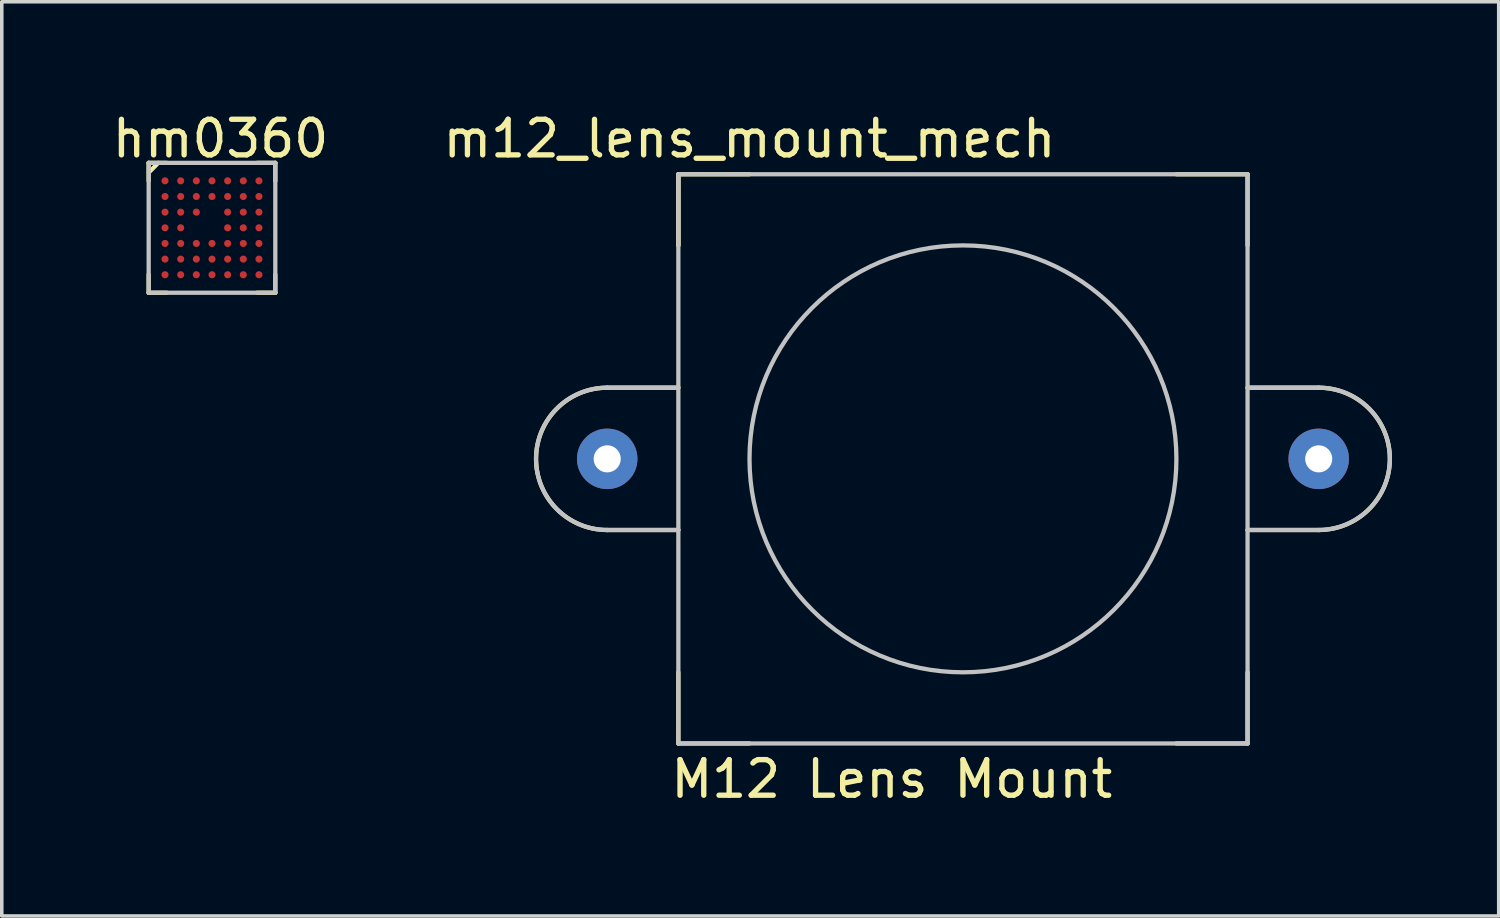
<source format=kicad_pcb>
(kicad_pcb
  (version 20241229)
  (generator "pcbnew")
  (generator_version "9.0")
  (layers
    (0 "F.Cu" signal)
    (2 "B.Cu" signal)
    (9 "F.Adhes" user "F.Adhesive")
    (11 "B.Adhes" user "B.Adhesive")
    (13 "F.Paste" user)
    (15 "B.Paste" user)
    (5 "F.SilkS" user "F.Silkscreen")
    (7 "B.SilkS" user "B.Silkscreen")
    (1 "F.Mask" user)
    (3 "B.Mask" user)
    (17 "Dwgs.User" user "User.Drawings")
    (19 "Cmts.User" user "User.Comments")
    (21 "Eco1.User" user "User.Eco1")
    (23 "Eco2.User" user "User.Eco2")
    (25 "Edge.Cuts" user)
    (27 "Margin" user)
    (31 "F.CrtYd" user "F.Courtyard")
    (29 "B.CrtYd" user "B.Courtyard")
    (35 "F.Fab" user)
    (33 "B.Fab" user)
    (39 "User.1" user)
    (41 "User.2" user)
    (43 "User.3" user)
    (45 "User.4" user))
  (footprint "hm0360"
    (layer "F.Cu")
    (at 2.909 3.353)
    (property "Reference" "hm0360" (at 0.24 -2.505 0) (unlocked yes) (layer "F.SilkS") (effects (font (size 1 1) (thickness 0.15))))
    (attr smd)
    (fp_line (start -1.78 -1.825) (end -1.78 -1.315) (stroke (width 0.12) (type solid)) (layer "F.SilkS"))
    (fp_line (start -1.78 -1.825) (end -1.27 -1.825) (stroke (width 0.12) (type solid)) (layer "F.SilkS"))
    (fp_line (start -1.78 1.825) (end -1.78 1.315) (stroke (width 0.12) (type solid)) (layer "F.SilkS"))
    (fp_line (start -1.78 1.825) (end -1.27 1.825) (stroke (width 0.12) (type solid)) (layer "F.SilkS"))
    (fp_line (start -1.775 -1.555) (end -1.51 -1.825) (stroke (width 0.12) (type solid)) (layer "F.SilkS"))
    (fp_line (start 1.78 -1.825) (end 1.27 -1.825) (stroke (width 0.12) (type solid)) (layer "F.SilkS"))
    (fp_line (start 1.78 -1.825) (end 1.78 -1.315) (stroke (width 0.12) (type solid)) (layer "F.SilkS"))
    (fp_line (start 1.78 1.825) (end 1.27 1.825) (stroke (width 0.12) (type solid)) (layer "F.SilkS"))
    (fp_line (start 1.78 1.825) (end 1.78 1.315) (stroke (width 0.12) (type solid)) (layer "F.SilkS"))
    (fp_line (start -1.78 -1.825) (end 1.78 -1.825) (stroke (width 0.12) (type solid)) (layer "Dwgs.User"))
    (fp_line (start -1.78 1.825) (end -1.78 -1.825) (stroke (width 0.12) (type solid)) (layer "Dwgs.User"))
    (fp_line (start 1.78 -1.825) (end 1.78 1.825) (stroke (width 0.12) (type solid)) (layer "Dwgs.User"))
    (fp_line (start 1.78 1.825) (end -1.78 1.825) (stroke (width 0.12) (type solid)) (layer "Dwgs.User"))
    (pad "A1" smd circle (at -1.32 -1.32) (size 0.2 0.2) (layers "F.Cu" "F.Mask" "F.Paste"))
    (pad "A2" smd circle (at -0.88 -1.32) (size 0.2 0.2) (layers "F.Cu" "F.Mask" "F.Paste"))
    (pad "A3" smd circle (at -0.44 -1.32) (size 0.2 0.2) (layers "F.Cu" "F.Mask" "F.Paste"))
    (pad "A4" smd circle (at 0 -1.32) (size 0.2 0.2) (layers "F.Cu" "F.Mask" "F.Paste"))
    (pad "A5" smd circle (at 0.44 -1.32) (size 0.2 0.2) (layers "F.Cu" "F.Mask" "F.Paste"))
    (pad "A6" smd circle (at 0.88 -1.32) (size 0.2 0.2) (layers "F.Cu" "F.Mask" "F.Paste"))
    (pad "A7" smd circle (at 1.32 -1.32) (size 0.2 0.2) (layers "F.Cu" "F.Mask" "F.Paste"))
    (pad "B1" smd circle (at -1.32 -0.88) (size 0.2 0.2) (layers "F.Cu" "F.Mask" "F.Paste"))
    (pad "B2" smd circle (at -0.88 -0.88) (size 0.2 0.2) (layers "F.Cu" "F.Mask" "F.Paste"))
    (pad "B3" smd circle (at -0.44 -0.88) (size 0.2 0.2) (layers "F.Cu" "F.Mask" "F.Paste"))
    (pad "B4" smd circle (at 0 -0.88) (size 0.2 0.2) (layers "F.Cu" "F.Mask" "F.Paste"))
    (pad "B5" smd circle (at 0.44 -0.88) (size 0.2 0.2) (layers "F.Cu" "F.Mask" "F.Paste"))
    (pad "B6" smd circle (at 0.88 -0.88) (size 0.2 0.2) (layers "F.Cu" "F.Mask" "F.Paste"))
    (pad "B7" smd circle (at 1.32 -0.88) (size 0.2 0.2) (layers "F.Cu" "F.Mask" "F.Paste"))
    (pad "C1" smd circle (at -1.32 -0.44) (size 0.2 0.2) (layers "F.Cu" "F.Mask" "F.Paste"))
    (pad "C2" smd circle (at -0.88 -0.44) (size 0.2 0.2) (layers "F.Cu" "F.Mask" "F.Paste"))
    (pad "C3" smd circle (at -0.44 -0.44) (size 0.2 0.2) (layers "F.Cu" "F.Mask" "F.Paste"))
    (pad "C5" smd circle (at 0.44 -0.44) (size 0.2 0.2) (layers "F.Cu" "F.Mask" "F.Paste"))
    (pad "C6" smd circle (at 0.88 -0.44) (size 0.2 0.2) (layers "F.Cu" "F.Mask" "F.Paste"))
    (pad "C7" smd circle (at 1.32 -0.44) (size 0.2 0.2) (layers "F.Cu" "F.Mask" "F.Paste"))
    (pad "D1" smd circle (at -1.32 0) (size 0.2 0.2) (layers "F.Cu" "F.Mask" "F.Paste"))
    (pad "D2" smd circle (at -0.88 0) (size 0.2 0.2) (layers "F.Cu" "F.Mask" "F.Paste"))
    (pad "D5" smd circle (at 0.44 0) (size 0.2 0.2) (layers "F.Cu" "F.Mask" "F.Paste"))
    (pad "D6" smd circle (at 0.88 0) (size 0.2 0.2) (layers "F.Cu" "F.Mask" "F.Paste"))
    (pad "D7" smd circle (at 1.32 0) (size 0.2 0.2) (layers "F.Cu" "F.Mask" "F.Paste"))
    (pad "E1" smd circle (at -1.32 0.44) (size 0.2 0.2) (layers "F.Cu" "F.Mask" "F.Paste"))
    (pad "E2" smd circle (at -0.88 0.44) (size 0.2 0.2) (layers "F.Cu" "F.Mask" "F.Paste"))
    (pad "E3" smd circle (at -0.44 0.44) (size 0.2 0.2) (layers "F.Cu" "F.Mask" "F.Paste"))
    (pad "E4" smd circle (at 0 0.44) (size 0.2 0.2) (layers "F.Cu" "F.Mask" "F.Paste"))
    (pad "E5" smd circle (at 0.44 0.44) (size 0.2 0.2) (layers "F.Cu" "F.Mask" "F.Paste"))
    (pad "E6" smd circle (at 0.88 0.44) (size 0.2 0.2) (layers "F.Cu" "F.Mask" "F.Paste"))
    (pad "E7" smd circle (at 1.32 0.44) (size 0.2 0.2) (layers "F.Cu" "F.Mask" "F.Paste"))
    (pad "F1" smd circle (at -1.32 0.88) (size 0.2 0.2) (layers "F.Cu" "F.Mask" "F.Paste"))
    (pad "F2" smd circle (at -0.88 0.88) (size 0.2 0.2) (layers "F.Cu" "F.Mask" "F.Paste"))
    (pad "F3" smd circle (at -0.44 0.88) (size 0.2 0.2) (layers "F.Cu" "F.Mask" "F.Paste"))
    (pad "F4" smd circle (at 0 0.88) (size 0.2 0.2) (layers "F.Cu" "F.Mask" "F.Paste"))
    (pad "F5" smd circle (at 0.44 0.88) (size 0.2 0.2) (layers "F.Cu" "F.Mask" "F.Paste"))
    (pad "F6" smd circle (at 0.88 0.88) (size 0.2 0.2) (layers "F.Cu" "F.Mask" "F.Paste"))
    (pad "F7" smd circle (at 1.32 0.88) (size 0.2 0.2) (layers "F.Cu" "F.Mask" "F.Paste"))
    (pad "G1" smd circle (at -1.32 1.32) (size 0.2 0.2) (layers "F.Cu" "F.Mask" "F.Paste"))
    (pad "G2" smd circle (at -0.88 1.32) (size 0.2 0.2) (layers "F.Cu" "F.Mask" "F.Paste"))
    (pad "G3" smd circle (at -0.44 1.32) (size 0.2 0.2) (layers "F.Cu" "F.Mask" "F.Paste"))
    (pad "G4" smd circle (at 0 1.32) (size 0.2 0.2) (layers "F.Cu" "F.Mask" "F.Paste"))
    (pad "G5" smd circle (at 0.44 1.32) (size 0.2 0.2) (layers "F.Cu" "F.Mask" "F.Paste"))
    (pad "G6" smd circle (at 0.88 1.32) (size 0.2 0.2) (layers "F.Cu" "F.Mask" "F.Paste"))
    (pad "G7" smd circle (at 1.32 1.32) (size 0.2 0.2) (layers "F.Cu" "F.Mask" "F.Paste")))
  (footprint "m12_lens_mount_mech"
    (layer "F.Cu")
    (at 24.018 9.848)
    (property "Reference" "m12_lens_mount_mech" (at -6 -9 0) (unlocked yes) (layer "F.SilkS") (effects (font (size 1 1) (thickness 0.15))))
    (fp_line (start -10 -2) (end -8 -2) (stroke (width 0.12) (type solid)) (layer "F.SilkS"))
    (fp_line (start -8 -8) (end -8 -6) (stroke (width 0.12) (type solid)) (layer "F.SilkS"))
    (fp_line (start -8 -8) (end -6 -8) (stroke (width 0.12) (type solid)) (layer "F.SilkS"))
    (fp_line (start -8 -6) (end -8 -8) (stroke (width 0.12) (type solid)) (layer "F.SilkS"))
    (fp_line (start -8 2) (end -10 2) (stroke (width 0.12) (type solid)) (layer "F.SilkS"))
    (fp_line (start -8 8) (end -8 6) (stroke (width 0.12) (type solid)) (layer "F.SilkS"))
    (fp_line (start -6 8) (end -8 8) (stroke (width 0.12) (type solid)) (layer "F.SilkS"))
    (fp_line (start 6 -8) (end 8 -8) (stroke (width 0.12) (type solid)) (layer "F.SilkS"))
    (fp_line (start 8 -8) (end 8 -6) (stroke (width 0.12) (type solid)) (layer "F.SilkS"))
    (fp_line (start 8 -2) (end 10 -2) (stroke (width 0.12) (type solid)) (layer "F.SilkS"))
    (fp_line (start 8 2) (end 10 2) (stroke (width 0.12) (type solid)) (layer "F.SilkS"))
    (fp_line (start 8 6) (end 8 8) (stroke (width 0.12) (type solid)) (layer "F.SilkS"))
    (fp_line (start 8 8) (end 6 8) (stroke (width 0.12) (type solid)) (layer "F.SilkS"))
    (fp_arc (start -10 2) (mid -12 0) (end -10 -2) (stroke (width 0.12) (type solid)) (layer "F.SilkS"))
    (fp_arc (start 10 -2) (mid 12 0) (end 10 2) (stroke (width 0.12) (type solid)) (layer "F.SilkS"))
    (fp_line (start -8 -8) (end 8 -8) (stroke (width 0.12) (type solid)) (layer "Dwgs.User"))
    (fp_line (start -8 -2) (end -10 -2) (stroke (width 0.12) (type solid)) (layer "Dwgs.User"))
    (fp_line (start -8 2) (end -10 2) (stroke (width 0.12) (type solid)) (layer "Dwgs.User"))
    (fp_line (start -8 8) (end -8 -8) (stroke (width 0.12) (type solid)) (layer "Dwgs.User"))
    (fp_line (start 8 -8) (end 8 8) (stroke (width 0.12) (type solid)) (layer "Dwgs.User"))
    (fp_line (start 8 -2) (end 10 -2) (stroke (width 0.12) (type solid)) (layer "Dwgs.User"))
    (fp_line (start 8 2) (end 10 2) (stroke (width 0.12) (type solid)) (layer "Dwgs.User"))
    (fp_line (start 8 8) (end -8 8) (stroke (width 0.12) (type solid)) (layer "Dwgs.User"))
    (fp_arc (start -10 2) (mid -12 0) (end -10 -2) (stroke (width 0.12) (type solid)) (layer "Dwgs.User"))
    (fp_arc (start 10 -2) (mid 12 0) (end 10 2) (stroke (width 0.12) (type solid)) (layer "Dwgs.User"))
    (fp_circle (center 0 0) (end 6 0) (stroke (width 0.12) (type solid)) (fill no) (layer "Dwgs.User"))
    (fp_text user "M12 Lens Mount" (at -2 9 0) (unlocked yes) (layer "F.SilkS") (effects (font (size 1 1) (thickness 0.15))))
    (pad "" np_thru_hole circle (at -10 0 180) (size 1.7 1.7) (drill 0.762) (layers "*.Cu" "*.Mask"))
    (pad "" np_thru_hole circle (at 10 0) (size 1.7 1.7) (drill 0.762) (layers "*.Cu" "*.Mask")))
  (gr_rect
    (start -3 -3)
    (end 39.078 22.697)
    (stroke (width 0.1) (type default))
    (fill no)
    (layer "Edge.Cuts")))
</source>
